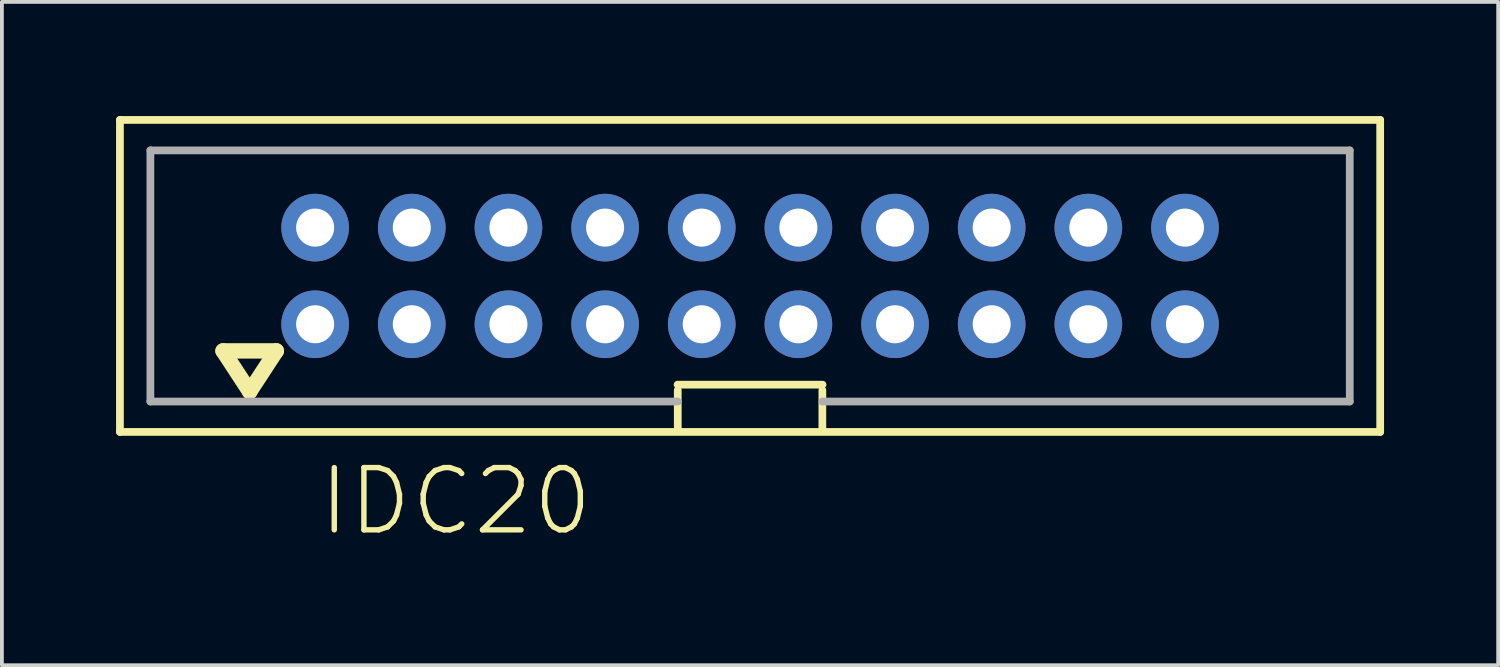
<source format=kicad_pcb>
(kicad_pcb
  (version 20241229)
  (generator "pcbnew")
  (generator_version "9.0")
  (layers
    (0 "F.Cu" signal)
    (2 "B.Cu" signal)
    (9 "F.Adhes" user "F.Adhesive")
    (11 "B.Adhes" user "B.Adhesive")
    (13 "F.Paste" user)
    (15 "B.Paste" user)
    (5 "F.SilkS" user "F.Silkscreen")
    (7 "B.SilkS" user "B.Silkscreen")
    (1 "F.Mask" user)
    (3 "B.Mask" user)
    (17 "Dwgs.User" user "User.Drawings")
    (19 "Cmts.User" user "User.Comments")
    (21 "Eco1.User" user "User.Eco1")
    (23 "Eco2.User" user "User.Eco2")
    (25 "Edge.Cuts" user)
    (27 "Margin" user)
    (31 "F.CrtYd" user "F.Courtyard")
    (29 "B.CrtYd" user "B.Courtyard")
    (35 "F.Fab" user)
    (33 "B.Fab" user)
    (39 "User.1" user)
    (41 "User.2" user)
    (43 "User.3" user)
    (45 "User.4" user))
  (footprint "IDC20"
    (layer "F.Cu")
    (at 16.662 4.202)
    (property "Reference" "IDC20" (at -11.41 6.88 0) (unlocked yes) (layer "F.SilkS") (effects (font (size 1.636 1.636) (thickness 0.142)) (justify left bottom)))
    (fp_line (start -16.56 4.1) (end -16.56 -4.1) (stroke (width 0.203) (type solid)) (layer "F.SilkS"))
    (fp_line (start -16.56 4.1) (end 16.56 4.1) (stroke (width 0.203) (type solid)) (layer "F.SilkS"))
    (fp_line (start -13.85 1.97) (end -13.15 3.04) (stroke (width 0.406) (type solid)) (layer "F.SilkS"))
    (fp_line (start -13.15 3.04) (end -12.45 1.97) (stroke (width 0.406) (type solid)) (layer "F.SilkS"))
    (fp_line (start -12.45 1.97) (end -13.85 1.97) (stroke (width 0.406) (type solid)) (layer "F.SilkS"))
    (fp_line (start -1.905 2.857) (end 1.905 2.857) (stroke (width 0.203) (type solid)) (layer "F.SilkS"))
    (fp_line (start -1.9 3.002) (end -1.9 4.03) (stroke (width 0.203) (type solid)) (layer "F.SilkS"))
    (fp_line (start 1.9 3.002) (end 1.9 4.03) (stroke (width 0.203) (type solid)) (layer "F.SilkS"))
    (fp_line (start 16.56 -4.1) (end -16.56 -4.1) (stroke (width 0.203) (type solid)) (layer "F.SilkS"))
    (fp_line (start 16.56 4.1) (end 16.56 -4.1) (stroke (width 0.203) (type solid)) (layer "F.SilkS"))
    (fp_line (start -15.76 -3.3) (end 15.76 -3.3) (stroke (width 0.203) (type solid)) (layer "F.Fab"))
    (fp_line (start -15.76 3.3) (end -15.76 -3.3) (stroke (width 0.203) (type solid)) (layer "F.Fab"))
    (fp_line (start -1.9 3.3) (end -15.76 3.3) (stroke (width 0.203) (type solid)) (layer "F.Fab"))
    (fp_line (start 15.76 -3.3) (end 15.76 3.3) (stroke (width 0.203) (type solid)) (layer "F.Fab"))
    (fp_line (start 15.76 3.3) (end 1.9 3.3) (stroke (width 0.203) (type solid)) (layer "F.Fab"))
    (pad "1" thru_hole circle (at -11.43 1.27) (size 1.778 1.778) (drill 1) (layers "*.Cu" "*.Mask"))
    (pad "2" thru_hole circle (at -11.43 -1.27) (size 1.778 1.778) (drill 1) (layers "*.Cu" "*.Mask"))
    (pad "3" thru_hole circle (at -8.89 1.27) (size 1.778 1.778) (drill 1) (layers "*.Cu" "*.Mask"))
    (pad "4" thru_hole circle (at -8.89 -1.27) (size 1.778 1.778) (drill 1) (layers "*.Cu" "*.Mask"))
    (pad "5" thru_hole circle (at -6.35 1.27) (size 1.778 1.778) (drill 1) (layers "*.Cu" "*.Mask"))
    (pad "6" thru_hole circle (at -6.35 -1.27) (size 1.778 1.778) (drill 1) (layers "*.Cu" "*.Mask"))
    (pad "7" thru_hole circle (at -3.81 1.27) (size 1.778 1.778) (drill 1) (layers "*.Cu" "*.Mask"))
    (pad "8" thru_hole circle (at -3.81 -1.27) (size 1.778 1.778) (drill 1) (layers "*.Cu" "*.Mask"))
    (pad "9" thru_hole circle (at -1.27 1.27) (size 1.778 1.778) (drill 1) (layers "*.Cu" "*.Mask"))
    (pad "10" thru_hole circle (at -1.27 -1.27) (size 1.778 1.778) (drill 1) (layers "*.Cu" "*.Mask"))
    (pad "11" thru_hole circle (at 1.27 1.27) (size 1.778 1.778) (drill 1) (layers "*.Cu" "*.Mask"))
    (pad "12" thru_hole circle (at 1.27 -1.27) (size 1.778 1.778) (drill 1) (layers "*.Cu" "*.Mask"))
    (pad "13" thru_hole circle (at 3.81 1.27) (size 1.778 1.778) (drill 1) (layers "*.Cu" "*.Mask"))
    (pad "14" thru_hole circle (at 3.81 -1.27) (size 1.778 1.778) (drill 1) (layers "*.Cu" "*.Mask"))
    (pad "15" thru_hole circle (at 6.35 1.27) (size 1.778 1.778) (drill 1) (layers "*.Cu" "*.Mask"))
    (pad "16" thru_hole circle (at 6.35 -1.27) (size 1.778 1.778) (drill 1) (layers "*.Cu" "*.Mask"))
    (pad "17" thru_hole circle (at 8.89 1.27) (size 1.778 1.778) (drill 1) (layers "*.Cu" "*.Mask"))
    (pad "18" thru_hole circle (at 8.89 -1.27) (size 1.778 1.778) (drill 1) (layers "*.Cu" "*.Mask"))
    (pad "19" thru_hole circle (at 11.43 1.27) (size 1.778 1.778) (drill 1) (layers "*.Cu" "*.Mask"))
    (pad "20" thru_hole circle (at 11.43 -1.27) (size 1.778 1.778) (drill 1) (layers "*.Cu" "*.Mask")))
  (gr_rect
    (start -3 -3)
    (end 36.323 14.432)
    (stroke (width 0.1) (type default))
    (fill no)
    (layer "Edge.Cuts")))
</source>
